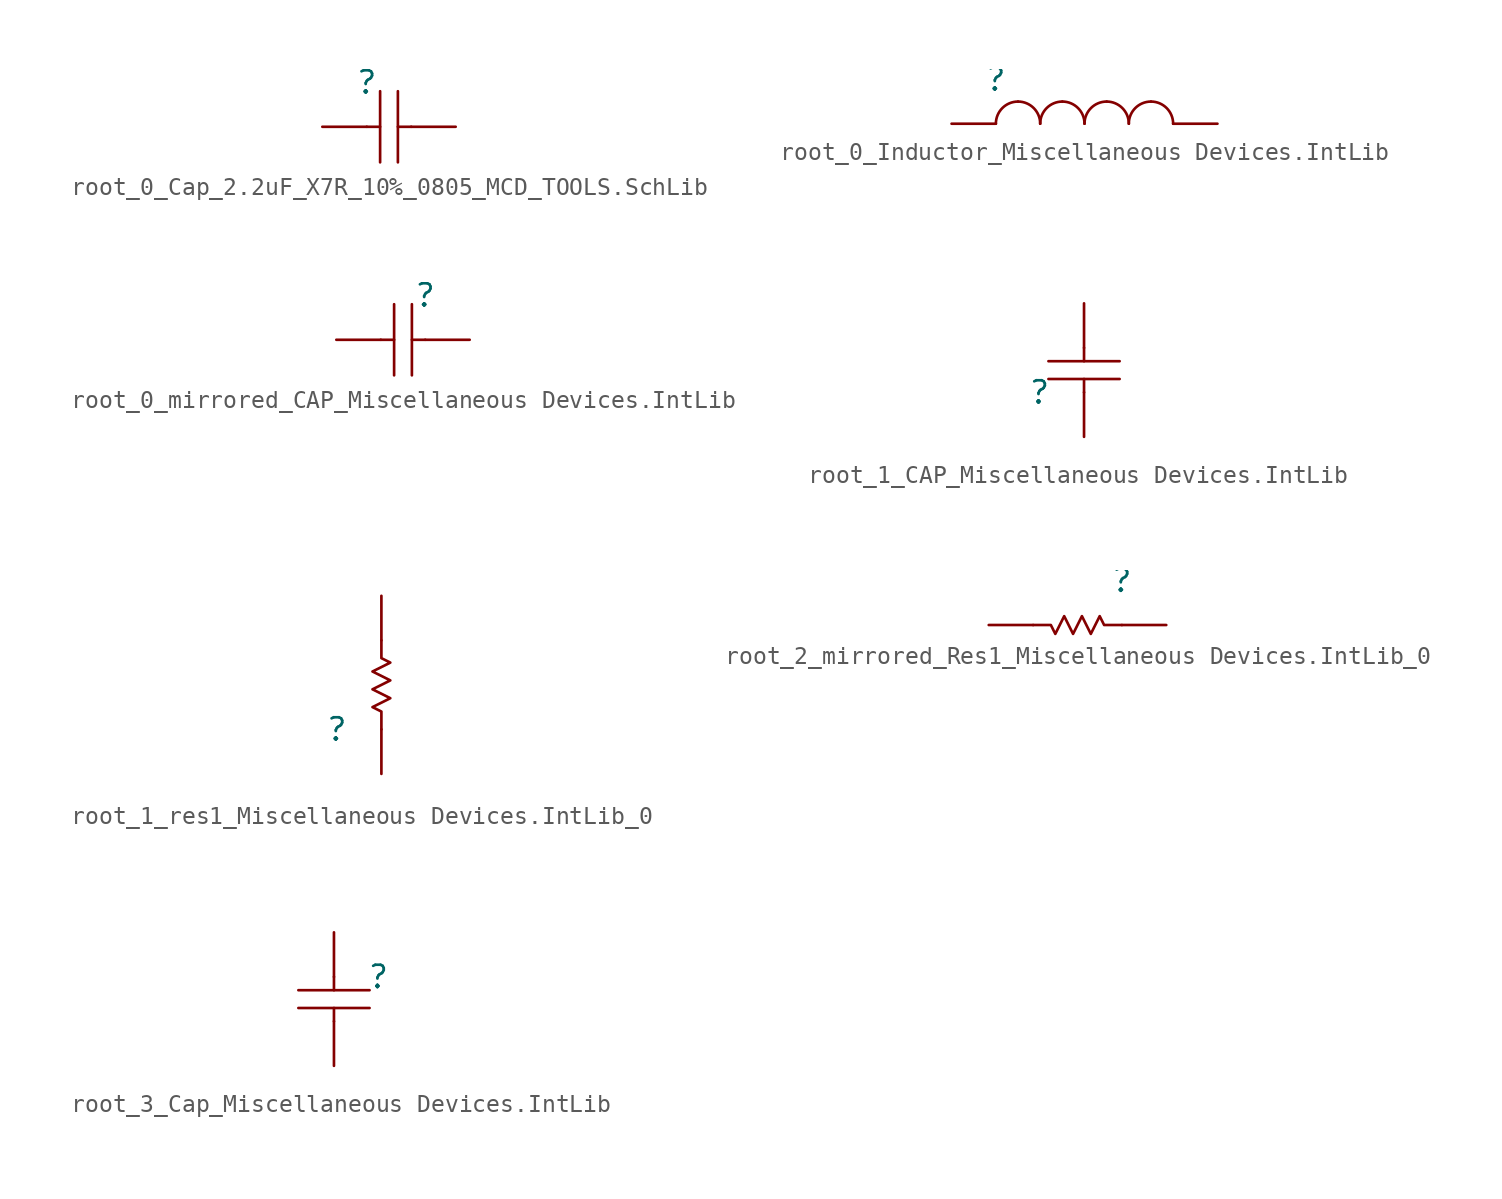
<source format=kicad_sym>
(kicad_symbol_lib
  (version 20241209)
  (generator "kicad_symbol_editor")
  (generator_version "9.0")
  (symbol "root_0_Cap_2.2uF_X7R_10%_0805_MCD_TOOLS.SchLib"
    (pin_numbers
      (hide yes))
    (pin_names
      (hide yes))
    (property "Reference" ""
      (at 0 0 0)
      (effects (font (size 1.27 1.27))))
    (property "Value" ""
      (at 0 0 0)
      (effects (font (size 1.27 1.27))))
    (symbol "root_0_Cap_2.2uF_X7R_10%_0805_MCD_TOOLS.SchLib_1_0"
      (polyline (pts (xy 0 -2.54) (xy 0.762 -2.54)) (stroke (width 0) (type solid)) (fill (type none)))
      (polyline (pts (xy 0.762 -4.572) (xy 0.762 -0.508)) (stroke (width 0) (type solid)) (fill (type none)))
      (polyline (pts (xy 1.778 -0.508) (xy 1.778 -4.572)) (stroke (width 0) (type solid)) (fill (type none)))
      (polyline (pts (xy 2.54 -2.54) (xy 1.778 -2.54)) (stroke (width 0) (type solid)) (fill (type none)))
      (pin passive line (at -2.54 -2.54 0) (length 2.54) (name "1" (effects (font (size 1.27 1.27)))) (number "1" (effects (font (size 1.27 1.27)))))
      (pin passive line (at 5.08 -2.54 180) (length 2.54) (name "2" (effects (font (size 1.27 1.27)))) (number "2" (effects (font (size 1.27 1.27)))))))
  (symbol "root_0_Inductor_Miscellaneous Devices.IntLib"
    (pin_numbers
      (hide yes))
    (pin_names
      (hide yes))
    (property "Reference" ""
      (at 0 0 0)
      (effects (font (size 1.27 1.27))))
    (property "Value" ""
      (at 0 0 0)
      (effects (font (size 1.27 1.27))))
    (symbol "root_0_Inductor_Miscellaneous Devices.IntLib_1_0"
      (arc (start 0 -2.54) (mid 0.372 -1.642) (end 1.27 -1.27) (stroke (width 0) (type solid)) (fill (type none)))
      (arc (start 1.27 -1.27) (mid 2.168 -1.642) (end 2.54 -2.54) (stroke (width 0) (type solid)) (fill (type none)))
      (arc (start 2.54 -2.54) (mid 2.912 -1.642) (end 3.81 -1.27) (stroke (width 0) (type solid)) (fill (type none)))
      (arc (start 3.81 -1.27) (mid 4.708 -1.642) (end 5.08 -2.54) (stroke (width 0) (type solid)) (fill (type none)))
      (arc (start 5.08 -2.54) (mid 5.452 -1.642) (end 6.35 -1.27) (stroke (width 0) (type solid)) (fill (type none)))
      (arc (start 6.35 -1.27) (mid 7.248 -1.642) (end 7.62 -2.54) (stroke (width 0) (type solid)) (fill (type none)))
      (arc (start 7.62 -2.54) (mid 7.992 -1.642) (end 8.89 -1.27) (stroke (width 0) (type solid)) (fill (type none)))
      (arc (start 8.89 -1.27) (mid 9.788 -1.642) (end 10.16 -2.54) (stroke (width 0) (type solid)) (fill (type none)))
      (pin passive line (at -2.54 -2.54 0) (length 2.54) (name "1" (effects (font (size 1.27 1.27)))) (number "1" (effects (font (size 1.27 1.27)))))
      (pin passive line (at 12.7 -2.54 180) (length 2.54) (name "2" (effects (font (size 1.27 1.27)))) (number "2" (effects (font (size 1.27 1.27)))))))
  (symbol "root_0_mirrored_CAP_Miscellaneous Devices.IntLib"
    (pin_numbers
      (hide yes))
    (pin_names
      (hide yes))
    (property "Reference" ""
      (at 0 0 0)
      (effects (font (size 1.27 1.27))))
    (property "Value" ""
      (at 0 0 0)
      (effects (font (size 1.27 1.27))))
    (symbol "root_0_mirrored_CAP_Miscellaneous Devices.IntLib_1_0"
      (polyline (pts (xy -2.54 -2.54) (xy -1.778 -2.54)) (stroke (width 0) (type solid)) (fill (type none)))
      (polyline (pts (xy -1.778 -0.508) (xy -1.778 -4.572)) (stroke (width 0) (type solid)) (fill (type none)))
      (polyline (pts (xy -0.762 -4.572) (xy -0.762 -0.508)) (stroke (width 0) (type solid)) (fill (type none)))
      (polyline (pts (xy 0 -2.54) (xy -0.762 -2.54)) (stroke (width 0) (type solid)) (fill (type none)))
      (pin passive line (at -5.08 -2.54 0) (length 2.54) (name "2" (effects (font (size 1.27 1.27)))) (number "2" (effects (font (size 1.27 1.27)))))
      (pin passive line (at 2.54 -2.54 180) (length 2.54) (name "1" (effects (font (size 1.27 1.27)))) (number "1" (effects (font (size 1.27 1.27)))))))
  (symbol "root_1_CAP_Miscellaneous Devices.IntLib"
    (pin_numbers
      (hide yes))
    (pin_names
      (hide yes))
    (property "Reference" ""
      (at 0 0 0)
      (effects (font (size 1.27 1.27))))
    (property "Value" ""
      (at 0 0 0)
      (effects (font (size 1.27 1.27))))
    (symbol "root_1_CAP_Miscellaneous Devices.IntLib_1_0"
      (polyline (pts (xy 0.508 1.778) (xy 4.572 1.778)) (stroke (width 0) (type solid)) (fill (type none)))
      (polyline (pts (xy 2.54 2.54) (xy 2.54 1.778)) (stroke (width 0) (type solid)) (fill (type none)))
      (polyline (pts (xy 2.54 0) (xy 2.54 0.762)) (stroke (width 0) (type solid)) (fill (type none)))
      (polyline (pts (xy 4.572 0.762) (xy 0.508 0.762)) (stroke (width 0) (type solid)) (fill (type none)))
      (pin passive line (at 2.54 5.08 270) (length 2.54) (name "2" (effects (font (size 1.27 1.27)))) (number "2" (effects (font (size 1.27 1.27)))))
      (pin passive line (at 2.54 -2.54 90) (length 2.54) (name "1" (effects (font (size 1.27 1.27)))) (number "1" (effects (font (size 1.27 1.27)))))))
  (symbol "root_1_res1_Miscellaneous Devices.IntLib_0"
    (pin_numbers
      (hide yes))
    (pin_names
      (hide yes))
    (property "Reference" ""
      (at 0 0 0)
      (effects (font (size 1.27 1.27))))
    (property "Value" ""
      (at 0 0 0)
      (effects (font (size 1.27 1.27))))
    (symbol "root_1_res1_Miscellaneous Devices.IntLib_0_1_0"
      (polyline (pts (xy 2.54 5.08) (xy 2.54 4.064) (xy 3.048 3.81) (xy 2.032 3.302) (xy 3.048 2.794) (xy 2.032 2.286) (xy 3.048 1.778) (xy 2.032 1.27) (xy 2.54 1.016) (xy 2.54 0)) (stroke (width 0) (type solid)) (fill (type none)))
      (pin passive line (at 2.54 7.62 270) (length 2.54) (name "2" (effects (font (size 1.27 1.27)))) (number "2" (effects (font (size 1.27 1.27)))))
      (pin passive line (at 2.54 -2.54 90) (length 2.54) (name "1" (effects (font (size 1.27 1.27)))) (number "1" (effects (font (size 1.27 1.27)))))))
  (symbol "root_2_mirrored_Res1_Miscellaneous Devices.IntLib_0"
    (pin_numbers
      (hide yes))
    (pin_names
      (hide yes))
    (property "Reference" ""
      (at 0 0 0)
      (effects (font (size 1.27 1.27))))
    (property "Value" ""
      (at 0 0 0)
      (effects (font (size 1.27 1.27))))
    (symbol "root_2_mirrored_Res1_Miscellaneous Devices.IntLib_0_1_0"
      (polyline (pts (xy -5.08 -2.54) (xy -4.064 -2.54) (xy -3.81 -3.048) (xy -3.302 -2.032) (xy -2.794 -3.048) (xy -2.286 -2.032) (xy -1.778 -3.048) (xy -1.27 -2.032) (xy -1.016 -2.54) (xy 0 -2.54)) (stroke (width 0) (type solid)) (fill (type none)))
      (pin passive line (at -7.62 -2.54 0) (length 2.54) (name "2" (effects (font (size 1.27 1.27)))) (number "2" (effects (font (size 1.27 1.27)))))
      (pin passive line (at 2.54 -2.54 180) (length 2.54) (name "1" (effects (font (size 1.27 1.27)))) (number "1" (effects (font (size 1.27 1.27)))))))
  (symbol "root_3_Cap_Miscellaneous Devices.IntLib"
    (pin_numbers
      (hide yes))
    (pin_names
      (hide yes))
    (property "Reference" ""
      (at 0 0 0)
      (effects (font (size 1.27 1.27))))
    (property "Value" ""
      (at 0 0 0)
      (effects (font (size 1.27 1.27))))
    (symbol "root_3_Cap_Miscellaneous Devices.IntLib_1_0"
      (polyline (pts (xy -4.572 -0.762) (xy -0.508 -0.762)) (stroke (width 0) (type solid)) (fill (type none)))
      (polyline (pts (xy -2.54 0) (xy -2.54 -0.762)) (stroke (width 0) (type solid)) (fill (type none)))
      (polyline (pts (xy -2.54 -2.54) (xy -2.54 -1.778)) (stroke (width 0) (type solid)) (fill (type none)))
      (polyline (pts (xy -0.508 -1.778) (xy -4.572 -1.778)) (stroke (width 0) (type solid)) (fill (type none)))
      (pin passive line (at -2.54 2.54 270) (length 2.54) (name "1" (effects (font (size 1.27 1.27)))) (number "1" (effects (font (size 1.27 1.27)))))
      (pin passive line (at -2.54 -5.08 90) (length 2.54) (name "2" (effects (font (size 1.27 1.27)))) (number "2" (effects (font (size 1.27 1.27))))))))
</source>
